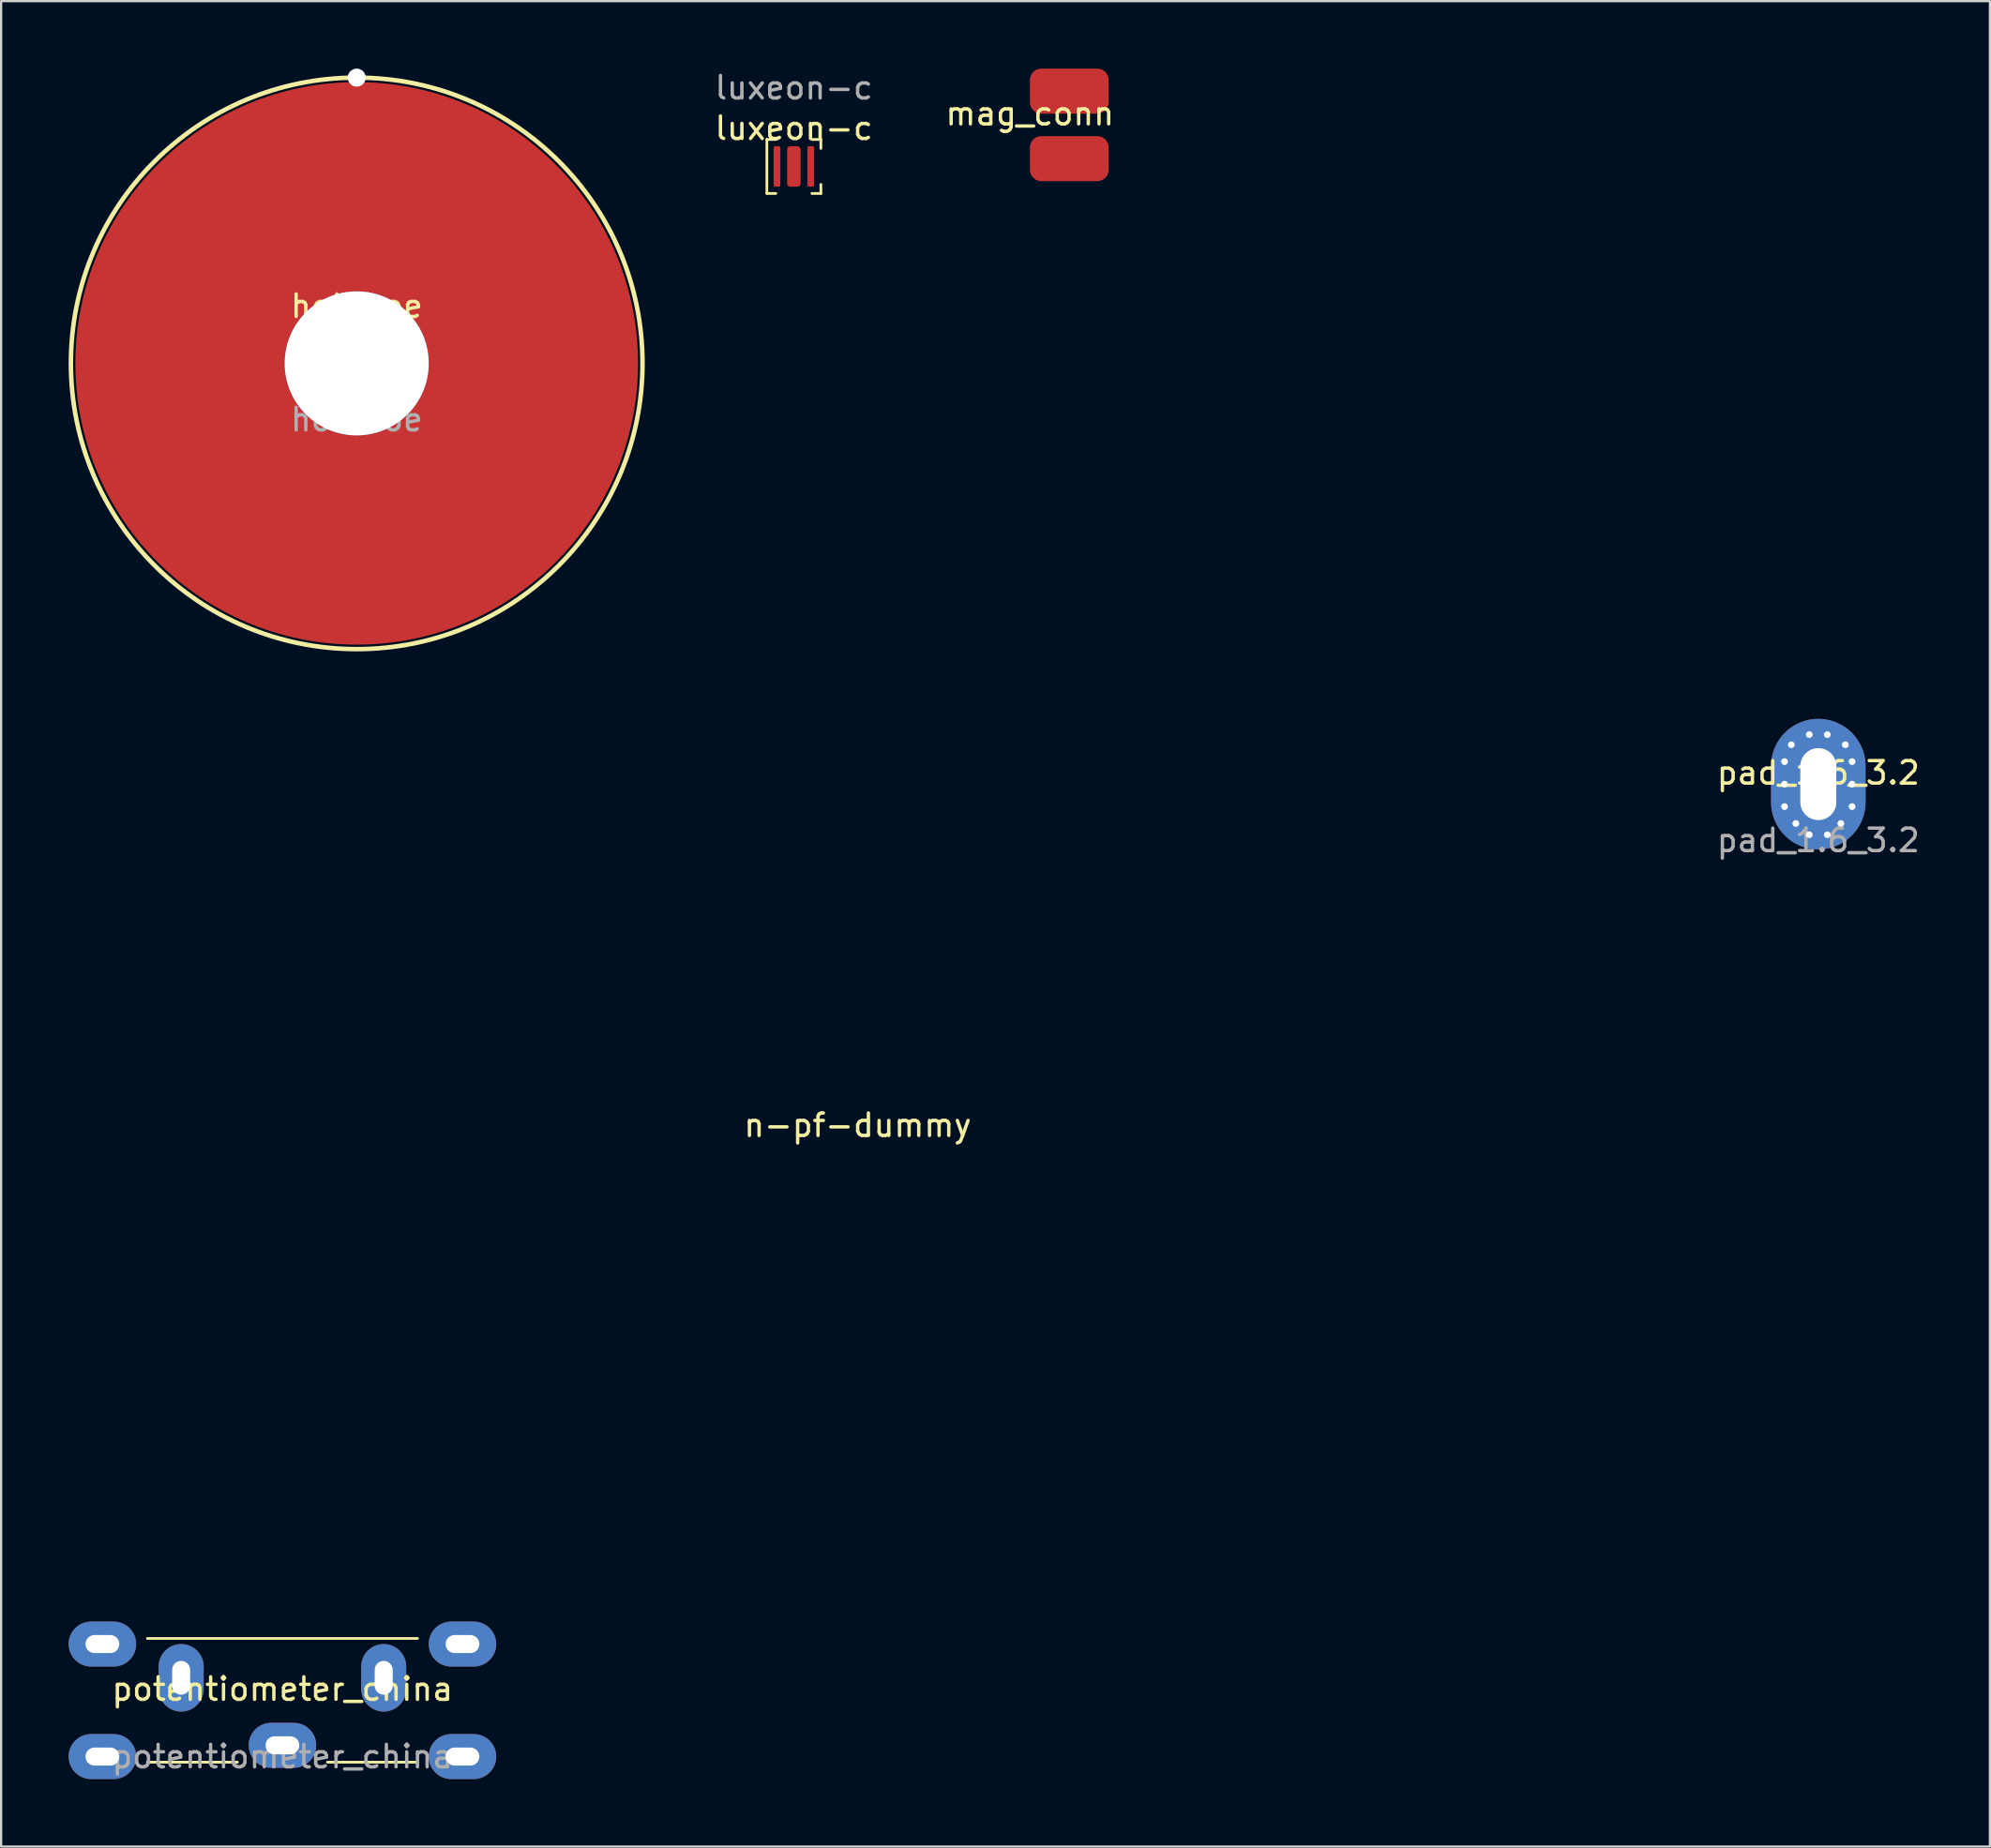
<source format=kicad_pcb>
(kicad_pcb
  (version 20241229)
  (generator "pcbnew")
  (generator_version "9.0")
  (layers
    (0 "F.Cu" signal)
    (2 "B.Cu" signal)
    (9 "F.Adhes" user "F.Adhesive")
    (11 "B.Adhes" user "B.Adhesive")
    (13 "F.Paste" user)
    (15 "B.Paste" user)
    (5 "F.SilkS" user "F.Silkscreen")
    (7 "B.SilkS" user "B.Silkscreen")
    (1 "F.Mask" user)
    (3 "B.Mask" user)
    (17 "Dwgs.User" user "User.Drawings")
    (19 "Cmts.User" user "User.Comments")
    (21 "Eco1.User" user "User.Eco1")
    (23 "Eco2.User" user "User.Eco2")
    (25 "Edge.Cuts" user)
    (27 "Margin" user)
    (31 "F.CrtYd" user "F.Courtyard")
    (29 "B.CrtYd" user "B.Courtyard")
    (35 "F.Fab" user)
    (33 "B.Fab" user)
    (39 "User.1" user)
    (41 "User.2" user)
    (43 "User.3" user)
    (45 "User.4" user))
  (footprint "luxeon-c"
    (layer "F.Cu")
    (at 32.225 4.348)
    (property "Reference" "luxeon-c" (at 0 -1.7 0) (unlocked yes) (layer "F.SilkS") (effects (font (size 1 1) (thickness 0.15))))
    (attr smd)
    (fp_line (start -1.2 -1.2) (end -1.2 1.2) (stroke (width 0.12) (type solid)) (layer "F.SilkS"))
    (fp_line (start -1.2 -1.2) (end -0.8 -1.2) (stroke (width 0.12) (type solid)) (layer "F.SilkS"))
    (fp_line (start -0.8 1.2) (end -1.2 1.2) (stroke (width 0.12) (type solid)) (layer "F.SilkS"))
    (fp_line (start 0.8 -1.2) (end 1.2 -1.2) (stroke (width 0.12) (type solid)) (layer "F.SilkS"))
    (fp_line (start 0.8 1.2) (end 1.2 1.2) (stroke (width 0.12) (type solid)) (layer "F.SilkS"))
    (fp_line (start 1.2 -0.8) (end 1.2 -1.2) (stroke (width 0.12) (type solid)) (layer "F.SilkS"))
    (fp_line (start 1.2 0.8) (end 1.2 1.2) (stroke (width 0.12) (type solid)) (layer "F.SilkS"))
    (fp_rect (start -1 -1) (end 1 1) (stroke (width 0.12) (type solid)) (fill no) (layer "Eco1.User"))
    (fp_text user "${REFERENCE}" (at 0 -3.5 0) (unlocked yes) (layer "F.Fab") (effects (font (size 1 1) (thickness 0.15))))
    (pad "1" smd roundrect (at -0.75 0) (size 0.3 1.8) (layers "F.Cu" "F.Mask" "F.Paste") (roundrect_rratio 0.25))
    (pad "2" smd roundrect (at 0.75 0) (size 0.3 1.8) (layers "F.Cu" "F.Mask" "F.Paste") (roundrect_rratio 0.25))
    (pad "3" smd roundrect (at 0 0) (size 0.6 1.8) (layers "F.Cu" "F.Mask" "F.Paste") (roundrect_rratio 0.25)))
  (footprint "n-pf-dummy"
    (layer "F.Cu")
    (at 35.06 47.46)
    (property "Reference" "n-pf-dummy" (at 0 -0.5 0) (unlocked yes) (layer "F.SilkS") (effects (font (size 1 1) (thickness 0.15))))
    (fp_line (start -35 -18.5) (end 35 -18.5) (stroke (width 0.12) (type solid)) (layer "Eco1.User"))
    (fp_line (start -35 18.5) (end -35 -18.5) (stroke (width 0.12) (type solid)) (layer "Eco1.User"))
    (fp_line (start 35 18.5) (end -35 18.5) (stroke (width 0.12) (type solid)) (layer "Eco1.User"))
    (fp_line (start 35 18.5) (end 35 -18.5) (stroke (width 0.12) (type solid)) (layer "Eco1.User"))
    (fp_text user "n-pf" (at 0 -0.05 0) (unlocked yes) (layer "Eco1.User") (effects (font (size 5 5) (thickness 0.15)))))
  (footprint "mag_conn"
    (layer "F.Cu")
    (at 42.713 2.5)
    (property "Reference" "mag_conn" (at 0 -0.5 0) (unlocked yes) (layer "F.SilkS") (effects (font (size 1 1) (thickness 0.15))))
    (attr smd)
    (pad "1" smd roundrect (at 1.75 -1.5) (size 3.5 2) (layers "F.Cu" "F.Mask" "F.Paste") (roundrect_rratio 0.25))
    (pad "2" smd roundrect (at 1.75 1.5) (size 3.5 2) (layers "F.Cu" "F.Mask" "F.Paste") (roundrect_rratio 0.25)))
  (footprint "pad_1.6_3.2"
    (layer "F.Cu")
    (at 77.745 31.8)
    (property "Reference" "pad_1.6_3.2" (at 0 -0.5 0) (unlocked yes) (layer "F.SilkS") (effects (font (size 1 1) (thickness 0.15))))
    (attr smd)
    (fp_text user "${REFERENCE}" (at 0 2.5 0) (unlocked yes) (layer "F.Fab") (effects (font (size 1 1) (thickness 0.15))))
    (pad "1" thru_hole circle (at -1.5 -1) (size 0.5 0.5) (drill 0.3) (layers "*.Cu" "*.Mask"))
    (pad "1" thru_hole circle (at -1.5 0) (size 0.5 0.5) (drill 0.3) (layers "*.Cu" "*.Mask"))
    (pad "1" thru_hole circle (at -1.5 1) (size 0.5 0.5) (drill 0.3) (layers "*.Cu" "*.Mask"))
    (pad "1" thru_hole circle (at -1.2 -1.75) (size 0.5 0.5) (drill 0.3) (layers "*.Cu" "*.Mask"))
    (pad "1" thru_hole circle (at -1 1.75) (size 0.5 0.5) (drill 0.3) (layers "*.Cu" "*.Mask"))
    (pad "1" thru_hole circle (at -0.4 -2.2) (size 0.5 0.5) (drill 0.3) (layers "*.Cu" "*.Mask"))
    (pad "1" thru_hole circle (at -0.4 2.25) (size 0.5 0.5) (drill 0.3) (layers "*.Cu" "*.Mask"))
    (pad "1" thru_hole oval (at 0 0) (size 4.2 5.8) (drill oval 1.6 3.2) (layers "*.Cu" "*.Mask"))
    (pad "1" thru_hole circle (at 0.4 -2.2) (size 0.5 0.5) (drill 0.3) (layers "*.Cu" "*.Mask"))
    (pad "1" thru_hole circle (at 0.4 2.25) (size 0.5 0.5) (drill 0.3) (layers "*.Cu" "*.Mask"))
    (pad "1" thru_hole circle (at 1 1.75) (size 0.5 0.5) (drill 0.3) (layers "*.Cu" "*.Mask"))
    (pad "1" thru_hole circle (at 1.2 -1.75) (size 0.5 0.5) (drill 0.3) (layers "*.Cu" "*.Mask"))
    (pad "1" thru_hole circle (at 1.5 -1) (size 0.5 0.5) (drill 0.3) (layers "*.Cu" "*.Mask"))
    (pad "1" thru_hole circle (at 1.5 0) (size 0.5 0.5) (drill 0.3) (layers "*.Cu" "*.Mask"))
    (pad "1" thru_hole circle (at 1.5 1) (size 0.5 0.5) (drill 0.3) (layers "*.Cu" "*.Mask")))
  (footprint "hotshoe"
    (layer "F.Cu")
    (at 12.8 13.1)
    (property "Reference" "hotshoe" (at 0 -2.54 0) (unlocked yes) (layer "F.SilkS") (effects (font (size 1 1) (thickness 0.15))))
    (attr smd)
    (fp_circle (center 0 0) (end 12.7 0) (stroke (width 0.2) (type solid)) (fill no) (layer "F.SilkS"))
    (fp_text user "${REFERENCE}" (at 0 2.5 0) (unlocked yes) (layer "F.Fab") (effects (font (size 1 1) (thickness 0.15))))
    (pad "" np_thru_hole circle (at 0 -12.7) (size 0.8 0.8) (drill 0.8) (layers "*.Cu" "*.Mask"))
    (pad "1" thru_hole circle (at 0 0) (size 6.4 6.4) (drill 6.4) (layers "*.Cu" "*.Mask"))
    (pad "1" smd circle (at 0 0) (size 25 25) (layers "F.Cu" "F.Mask")))
  (footprint "potentiometer_china"
    (layer "F.Cu")
    (at 9.5 72.52)
    (property "Reference" "potentiometer_china" (at 0 -0.5 0) (unlocked yes) (layer "F.SilkS") (effects (font (size 1 1) (thickness 0.15))))
    (attr smd)
    (fp_line (start -6 -2.75) (end 6 -2.75) (stroke (width 0.12) (type solid)) (layer "F.SilkS"))
    (fp_line (start -6 2.75) (end -2 2.75) (stroke (width 0.12) (type solid)) (layer "F.SilkS"))
    (fp_line (start 2 2.75) (end 6 2.75) (stroke (width 0.12) (type solid)) (layer "F.SilkS"))
    (fp_text user "${REFERENCE}" (at 0 2.5 0) (unlocked yes) (layer "F.Fab") (effects (font (size 1 1) (thickness 0.15))))
    (pad "1" thru_hole oval (at -4.5 -1 90) (size 3 2) (drill oval 1.5 0.8) (layers "*.Cu" "*.Mask"))
    (pad "2" thru_hole oval (at 0 2) (size 3 2) (drill oval 1.5 0.8) (layers "*.Cu" "*.Mask"))
    (pad "3" thru_hole oval (at 4.5 -1 90) (size 3 2) (drill oval 1.5 0.8) (layers "*.Cu" "*.Mask"))
    (pad "MP" thru_hole oval (at -8 -2.5) (size 3 2) (drill oval 1.5 0.8) (layers "*.Cu" "*.Mask"))
    (pad "MP" thru_hole oval (at -8 2.5) (size 3 2) (drill oval 1.5 0.8) (layers "*.Cu" "*.Mask"))
    (pad "MP" thru_hole oval (at 8 -2.5) (size 3 2) (drill oval 1.5 0.8) (layers "*.Cu" "*.Mask"))
    (pad "MP" thru_hole oval (at 8 2.5) (size 3 2) (drill oval 1.5 0.8) (layers "*.Cu" "*.Mask")))
  (gr_rect
    (start -3 -3)
    (end 85.37 79.02)
    (stroke (width 0.1) (type default))
    (fill no)
    (layer "Edge.Cuts")))
</source>
